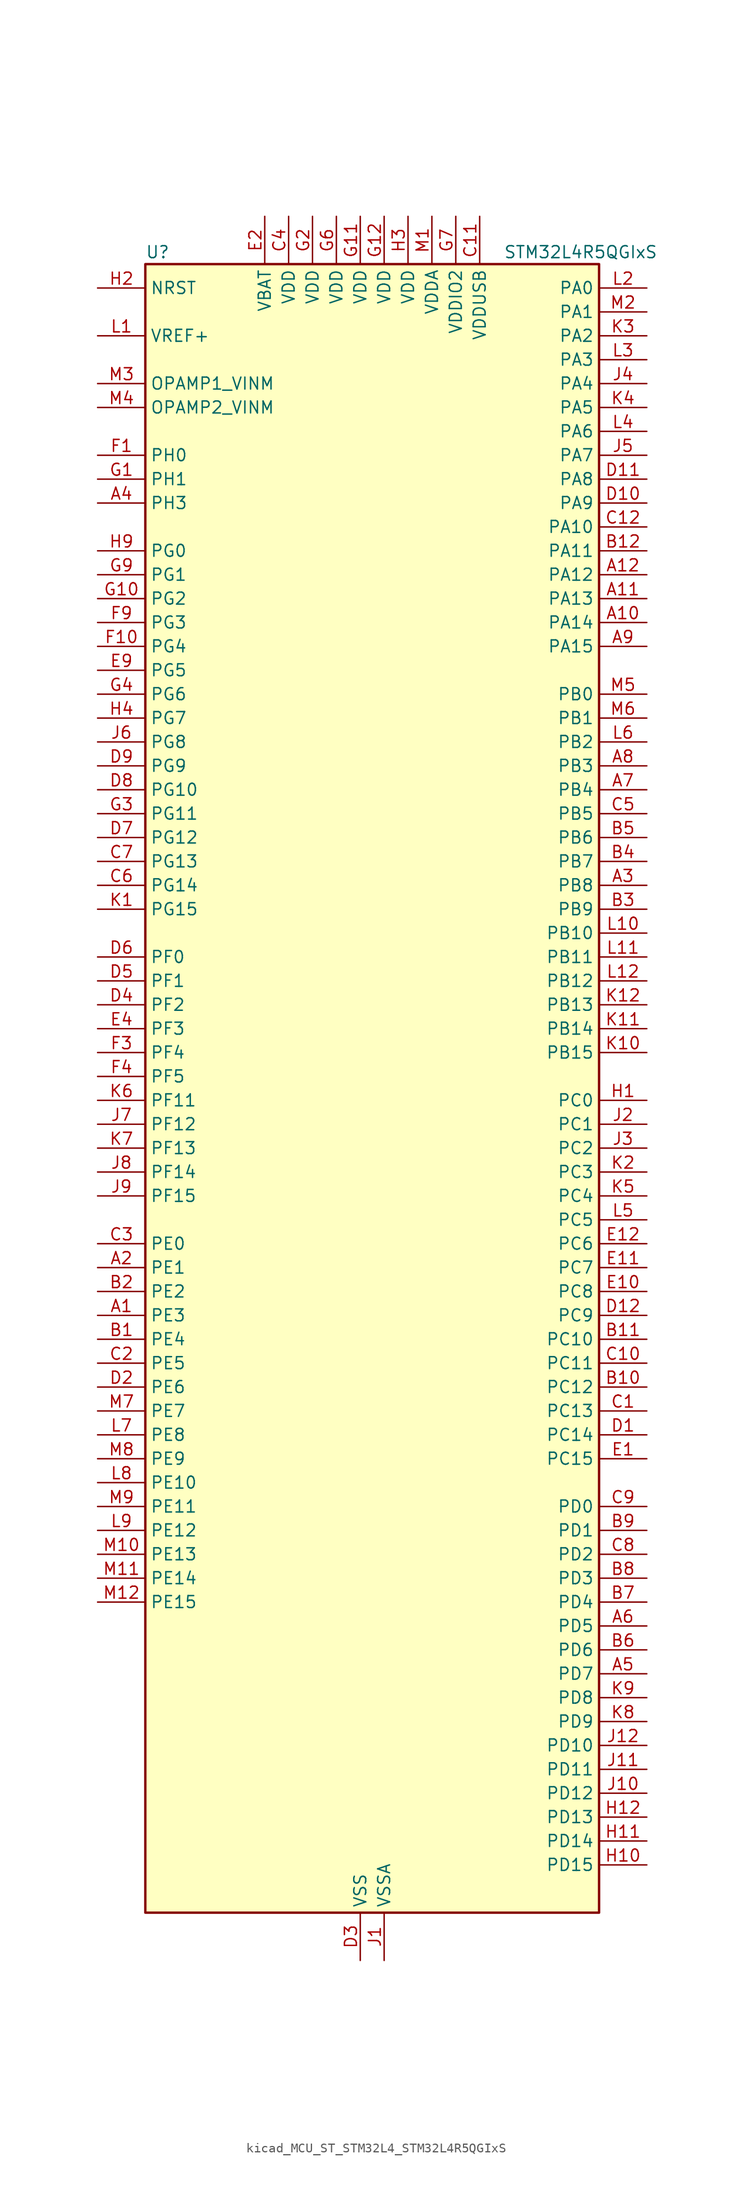
<source format=kicad_sym>
(kicad_symbol_lib
  (version 20220914)
  (generator kicad_symbol_editor)
  (symbol "kicad_MCU_ST_STM32L4_STM32L4R5QGIxS"
    (property "Reference" "U"
      (at -22.86 90.17 0)
      (effects (font (size 1.27 1.27)) (justify left)))
    (property "Value" "STM32L4R5QGIxS"
      (at 15.24 90.17 0)
      (effects (font (size 1.27 1.27)) (justify left)))
    (property "ki_locked" ""
      (at 0 0 0)
      (effects (font (size 1.27 1.27))))
    (symbol "kicad_MCU_ST_STM32L4_STM32L4R5QGIxS_0_1"
      (rectangle (start -22.86 -86.36) (end 25.4 88.9) (stroke (width 0.254) (type default)) (fill (type background))))
    (symbol "kicad_MCU_ST_STM32L4_STM32L4R5QGIxS_1_1"
      (pin bidirectional line (at -27.94 -22.86 0) (length 5.08) (name "PE3" (effects (font (size 1.27 1.27)))) (number "A1" (effects (font (size 1.27 1.27)))) (alternate "FMC_A19" bidirectional line) (alternate "OCTOSPIM_P1_DQS" bidirectional line) (alternate "SAI1_SD_B" bidirectional line) (alternate "SYS_TRACED0" bidirectional line) (alternate "TIM3_CH1" bidirectional line) (alternate "TSC_G7_IO2" bidirectional line))
      (pin bidirectional line (at 30.48 50.8 180) (length 5.08) (name "PA14" (effects (font (size 1.27 1.27)))) (number "A10" (effects (font (size 1.27 1.27)))) (alternate "I2C1_SMBA" bidirectional line) (alternate "I2C4_SMBA" bidirectional line) (alternate "LPTIM1_OUT" bidirectional line) (alternate "SAI1_FS_B" bidirectional line) (alternate "SYS_JTCK-SWCLK" bidirectional line) (alternate "USB_OTG_FS_SOF" bidirectional line))
      (pin bidirectional line (at 30.48 53.34 180) (length 5.08) (name "PA13" (effects (font (size 1.27 1.27)))) (number "A11" (effects (font (size 1.27 1.27)))) (alternate "IR_OUT" bidirectional line) (alternate "SAI1_SD_B" bidirectional line) (alternate "SYS_JTMS-SWDIO" bidirectional line) (alternate "USB_OTG_FS_NOE" bidirectional line))
      (pin bidirectional line (at 30.48 55.88 180) (length 5.08) (name "PA12" (effects (font (size 1.27 1.27)))) (number "A12" (effects (font (size 1.27 1.27)))) (alternate "CAN1_TX" bidirectional line) (alternate "SPI1_MOSI" bidirectional line) (alternate "TIM1_ETR" bidirectional line) (alternate "USART1_DE" bidirectional line) (alternate "USART1_RTS" bidirectional line) (alternate "USB_OTG_FS_DP" bidirectional line))
      (pin bidirectional line (at -27.94 -17.78 0) (length 5.08) (name "PE1" (effects (font (size 1.27 1.27)))) (number "A2" (effects (font (size 1.27 1.27)))) (alternate "DCMI_D3" bidirectional line) (alternate "FMC_NBL1" bidirectional line) (alternate "TIM17_CH1" bidirectional line))
      (pin bidirectional line (at 30.48 22.86 180) (length 5.08) (name "PB8" (effects (font (size 1.27 1.27)))) (number "A3" (effects (font (size 1.27 1.27)))) (alternate "CAN1_RX" bidirectional line) (alternate "DCMI_D6" bidirectional line) (alternate "DFSDM1_CKOUT" bidirectional line) (alternate "DFSDM1_DATIN6" bidirectional line) (alternate "I2C1_SCL" bidirectional line) (alternate "SAI1_CK1" bidirectional line) (alternate "SAI1_MCLK_A" bidirectional line) (alternate "SDMMC1_CKIN" bidirectional line) (alternate "SDMMC1_D4" bidirectional line) (alternate "TIM16_CH1" bidirectional line) (alternate "TIM4_CH3" bidirectional line))
      (pin bidirectional line (at -27.94 63.5 0) (length 5.08) (name "PH3" (effects (font (size 1.27 1.27)))) (number "A4" (effects (font (size 1.27 1.27)))))
      (pin bidirectional line (at 30.48 -60.96 180) (length 5.08) (name "PD7" (effects (font (size 1.27 1.27)))) (number "A5" (effects (font (size 1.27 1.27)))) (alternate "DFSDM1_CKIN1" bidirectional line) (alternate "FMC_NCE" bidirectional line) (alternate "FMC_NE1" bidirectional line) (alternate "OCTOSPIM_P1_IO7" bidirectional line) (alternate "USART2_CK" bidirectional line))
      (pin bidirectional line (at 30.48 -55.88 180) (length 5.08) (name "PD5" (effects (font (size 1.27 1.27)))) (number "A6" (effects (font (size 1.27 1.27)))) (alternate "FMC_NWE" bidirectional line) (alternate "OCTOSPIM_P1_IO5" bidirectional line) (alternate "USART2_TX" bidirectional line))
      (pin bidirectional line (at 30.48 33.02 180) (length 5.08) (name "PB4" (effects (font (size 1.27 1.27)))) (number "A7" (effects (font (size 1.27 1.27)))) (alternate "COMP2_INP" bidirectional line) (alternate "DCMI_D12" bidirectional line) (alternate "I2C3_SDA" bidirectional line) (alternate "SAI1_MCLK_B" bidirectional line) (alternate "SPI1_MISO" bidirectional line) (alternate "SPI3_MISO" bidirectional line) (alternate "SYS_JTRST" bidirectional line) (alternate "TIM17_BKIN" bidirectional line) (alternate "TIM3_CH1" bidirectional line) (alternate "TSC_G2_IO1" bidirectional line) (alternate "UART5_DE" bidirectional line) (alternate "UART5_RTS" bidirectional line) (alternate "USART1_CTS" bidirectional line) (alternate "USART1_NSS" bidirectional line))
      (pin bidirectional line (at 30.48 35.56 180) (length 5.08) (name "PB3" (effects (font (size 1.27 1.27)))) (number "A8" (effects (font (size 1.27 1.27)))) (alternate "COMP2_INM" bidirectional line) (alternate "CRS_SYNC" bidirectional line) (alternate "SAI1_SCK_B" bidirectional line) (alternate "SPI1_SCK" bidirectional line) (alternate "SPI3_SCK" bidirectional line) (alternate "SYS_JTDO-SWO" bidirectional line) (alternate "TIM2_CH2" bidirectional line) (alternate "USART1_DE" bidirectional line) (alternate "USART1_RTS" bidirectional line))
      (pin bidirectional line (at 30.48 48.26 180) (length 5.08) (name "PA15" (effects (font (size 1.27 1.27)))) (number "A9" (effects (font (size 1.27 1.27)))) (alternate "ADC1_EXTI15" bidirectional line) (alternate "SAI2_FS_B" bidirectional line) (alternate "SPI1_NSS" bidirectional line) (alternate "SPI3_NSS" bidirectional line) (alternate "SYS_JTDI" bidirectional line) (alternate "TIM2_CH1" bidirectional line) (alternate "TIM2_ETR" bidirectional line) (alternate "TSC_G3_IO1" bidirectional line) (alternate "UART4_DE" bidirectional line) (alternate "UART4_RTS" bidirectional line) (alternate "USART2_RX" bidirectional line) (alternate "USART3_DE" bidirectional line) (alternate "USART3_RTS" bidirectional line))
      (pin bidirectional line (at -27.94 -25.4 0) (length 5.08) (name "PE4" (effects (font (size 1.27 1.27)))) (number "B1" (effects (font (size 1.27 1.27)))) (alternate "DCMI_D4" bidirectional line) (alternate "DFSDM1_DATIN3" bidirectional line) (alternate "FMC_A20" bidirectional line) (alternate "SAI1_D2" bidirectional line) (alternate "SAI1_FS_A" bidirectional line) (alternate "SYS_TRACED1" bidirectional line) (alternate "TIM3_CH2" bidirectional line) (alternate "TSC_G7_IO3" bidirectional line))
      (pin bidirectional line (at 30.48 -30.48 180) (length 5.08) (name "PC12" (effects (font (size 1.27 1.27)))) (number "B10" (effects (font (size 1.27 1.27)))) (alternate "DCMI_D9" bidirectional line) (alternate "SAI2_SD_B" bidirectional line) (alternate "SDMMC1_CK" bidirectional line) (alternate "SPI3_MOSI" bidirectional line) (alternate "SYS_TRACED3" bidirectional line) (alternate "TSC_G3_IO4" bidirectional line) (alternate "UART5_TX" bidirectional line) (alternate "USART3_CK" bidirectional line))
      (pin bidirectional line (at 30.48 -25.4 180) (length 5.08) (name "PC10" (effects (font (size 1.27 1.27)))) (number "B11" (effects (font (size 1.27 1.27)))) (alternate "DCMI_D8" bidirectional line) (alternate "SAI2_SCK_B" bidirectional line) (alternate "SDMMC1_D2" bidirectional line) (alternate "SPI3_SCK" bidirectional line) (alternate "SYS_TRACED1" bidirectional line) (alternate "TSC_G3_IO2" bidirectional line) (alternate "UART4_TX" bidirectional line) (alternate "USART3_TX" bidirectional line))
      (pin bidirectional line (at 30.48 58.42 180) (length 5.08) (name "PA11" (effects (font (size 1.27 1.27)))) (number "B12" (effects (font (size 1.27 1.27)))) (alternate "ADC1_EXTI11" bidirectional line) (alternate "CAN1_RX" bidirectional line) (alternate "SPI1_MISO" bidirectional line) (alternate "TIM1_BKIN2" bidirectional line) (alternate "TIM1_CH4" bidirectional line) (alternate "USART1_CTS" bidirectional line) (alternate "USART1_NSS" bidirectional line) (alternate "USB_OTG_FS_DM" bidirectional line))
      (pin bidirectional line (at -27.94 -20.32 0) (length 5.08) (name "PE2" (effects (font (size 1.27 1.27)))) (number "B2" (effects (font (size 1.27 1.27)))) (alternate "FMC_A23" bidirectional line) (alternate "SAI1_CK1" bidirectional line) (alternate "SAI1_MCLK_A" bidirectional line) (alternate "SYS_TRACECLK" bidirectional line) (alternate "TIM3_ETR" bidirectional line) (alternate "TSC_G7_IO1" bidirectional line))
      (pin bidirectional line (at 30.48 20.32 180) (length 5.08) (name "PB9" (effects (font (size 1.27 1.27)))) (number "B3" (effects (font (size 1.27 1.27)))) (alternate "CAN1_TX" bidirectional line) (alternate "DAC1_EXTI9" bidirectional line) (alternate "DCMI_D7" bidirectional line) (alternate "DFSDM1_CKIN6" bidirectional line) (alternate "I2C1_SDA" bidirectional line) (alternate "IR_OUT" bidirectional line) (alternate "SAI1_D2" bidirectional line) (alternate "SAI1_FS_A" bidirectional line) (alternate "SDMMC1_CDIR" bidirectional line) (alternate "SDMMC1_D5" bidirectional line) (alternate "SPI2_NSS" bidirectional line) (alternate "TIM17_CH1" bidirectional line) (alternate "TIM4_CH4" bidirectional line))
      (pin bidirectional line (at 30.48 25.4 180) (length 5.08) (name "PB7" (effects (font (size 1.27 1.27)))) (number "B4" (effects (font (size 1.27 1.27)))) (alternate "COMP2_INM" bidirectional line) (alternate "DCMI_VSYNC" bidirectional line) (alternate "DFSDM1_CKIN5" bidirectional line) (alternate "FMC_NL" bidirectional line) (alternate "I2C1_SDA" bidirectional line) (alternate "I2C4_SDA" bidirectional line) (alternate "LPTIM1_IN2" bidirectional line) (alternate "SYS_PVD_IN" bidirectional line) (alternate "TIM17_CH1N" bidirectional line) (alternate "TIM4_CH2" bidirectional line) (alternate "TIM8_BKIN" bidirectional line) (alternate "TSC_G2_IO4" bidirectional line) (alternate "UART4_CTS" bidirectional line) (alternate "USART1_RX" bidirectional line))
      (pin bidirectional line (at 30.48 27.94 180) (length 5.08) (name "PB6" (effects (font (size 1.27 1.27)))) (number "B5" (effects (font (size 1.27 1.27)))) (alternate "COMP2_INP" bidirectional line) (alternate "DCMI_D5" bidirectional line) (alternate "DFSDM1_DATIN5" bidirectional line) (alternate "I2C1_SCL" bidirectional line) (alternate "I2C4_SCL" bidirectional line) (alternate "LPTIM1_ETR" bidirectional line) (alternate "SAI1_FS_B" bidirectional line) (alternate "TIM16_CH1N" bidirectional line) (alternate "TIM4_CH1" bidirectional line) (alternate "TIM8_BKIN2" bidirectional line) (alternate "TSC_G2_IO3" bidirectional line) (alternate "USART1_TX" bidirectional line))
      (pin bidirectional line (at 30.48 -58.42 180) (length 5.08) (name "PD6" (effects (font (size 1.27 1.27)))) (number "B6" (effects (font (size 1.27 1.27)))) (alternate "DCMI_D10" bidirectional line) (alternate "DFSDM1_DATIN1" bidirectional line) (alternate "FMC_NWAIT" bidirectional line) (alternate "OCTOSPIM_P1_IO6" bidirectional line) (alternate "SAI1_D1" bidirectional line) (alternate "SAI1_SD_A" bidirectional line) (alternate "SPI3_MOSI" bidirectional line) (alternate "USART2_RX" bidirectional line))
      (pin bidirectional line (at 30.48 -53.34 180) (length 5.08) (name "PD4" (effects (font (size 1.27 1.27)))) (number "B7" (effects (font (size 1.27 1.27)))) (alternate "DFSDM1_CKIN0" bidirectional line) (alternate "FMC_NOE" bidirectional line) (alternate "OCTOSPIM_P1_IO4" bidirectional line) (alternate "SPI2_MOSI" bidirectional line) (alternate "USART2_DE" bidirectional line) (alternate "USART2_RTS" bidirectional line))
      (pin bidirectional line (at 30.48 -50.8 180) (length 5.08) (name "PD3" (effects (font (size 1.27 1.27)))) (number "B8" (effects (font (size 1.27 1.27)))) (alternate "DCMI_D5" bidirectional line) (alternate "DFSDM1_DATIN0" bidirectional line) (alternate "FMC_CLK" bidirectional line) (alternate "OCTOSPIM_P2_NCS" bidirectional line) (alternate "SPI2_MISO" bidirectional line) (alternate "SPI2_SCK" bidirectional line) (alternate "USART2_CTS" bidirectional line) (alternate "USART2_NSS" bidirectional line))
      (pin bidirectional line (at 30.48 -45.72 180) (length 5.08) (name "PD1" (effects (font (size 1.27 1.27)))) (number "B9" (effects (font (size 1.27 1.27)))) (alternate "CAN1_TX" bidirectional line) (alternate "DFSDM1_CKIN7" bidirectional line) (alternate "FMC_D3" bidirectional line) (alternate "FMC_DA3" bidirectional line) (alternate "SPI2_SCK" bidirectional line))
      (pin bidirectional line (at 30.48 -33.02 180) (length 5.08) (name "PC13" (effects (font (size 1.27 1.27)))) (number "C1" (effects (font (size 1.27 1.27)))) (alternate "RTC_OUT_ALARM" bidirectional line) (alternate "RTC_OUT_CALIB" bidirectional line) (alternate "RTC_TAMP1" bidirectional line) (alternate "RTC_TS" bidirectional line) (alternate "SYS_WKUP2" bidirectional line))
      (pin bidirectional line (at 30.48 -27.94 180) (length 5.08) (name "PC11" (effects (font (size 1.27 1.27)))) (number "C10" (effects (font (size 1.27 1.27)))) (alternate "ADC1_EXTI11" bidirectional line) (alternate "DCMI_D2" bidirectional line) (alternate "DCMI_D4" bidirectional line) (alternate "OCTOSPIM_P1_NCS" bidirectional line) (alternate "SAI2_MCLK_B" bidirectional line) (alternate "SDMMC1_D3" bidirectional line) (alternate "SPI3_MISO" bidirectional line) (alternate "TSC_G3_IO3" bidirectional line) (alternate "UART4_RX" bidirectional line) (alternate "USART3_RX" bidirectional line))
      (pin power_in line (at 12.7 93.98 270) (length 5.08) (name "VDDUSB" (effects (font (size 1.27 1.27)))) (number "C11" (effects (font (size 1.27 1.27)))))
      (pin bidirectional line (at 30.48 60.96 180) (length 5.08) (name "PA10" (effects (font (size 1.27 1.27)))) (number "C12" (effects (font (size 1.27 1.27)))) (alternate "DCMI_D1" bidirectional line) (alternate "SAI1_D1" bidirectional line) (alternate "SAI1_SD_A" bidirectional line) (alternate "TIM17_BKIN" bidirectional line) (alternate "TIM1_CH3" bidirectional line) (alternate "USART1_RX" bidirectional line) (alternate "USB_OTG_FS_ID" bidirectional line))
      (pin bidirectional line (at -27.94 -27.94 0) (length 5.08) (name "PE5" (effects (font (size 1.27 1.27)))) (number "C2" (effects (font (size 1.27 1.27)))) (alternate "DCMI_D6" bidirectional line) (alternate "DFSDM1_CKIN3" bidirectional line) (alternate "FMC_A21" bidirectional line) (alternate "SAI1_CK2" bidirectional line) (alternate "SAI1_SCK_A" bidirectional line) (alternate "SYS_TRACED2" bidirectional line) (alternate "TIM3_CH3" bidirectional line) (alternate "TSC_G7_IO4" bidirectional line))
      (pin bidirectional line (at -27.94 -15.24 0) (length 5.08) (name "PE0" (effects (font (size 1.27 1.27)))) (number "C3" (effects (font (size 1.27 1.27)))) (alternate "DCMI_D2" bidirectional line) (alternate "FMC_NBL0" bidirectional line) (alternate "TIM16_CH1" bidirectional line) (alternate "TIM4_ETR" bidirectional line))
      (pin power_in line (at -7.62 93.98 270) (length 5.08) (name "VDD" (effects (font (size 1.27 1.27)))) (number "C4" (effects (font (size 1.27 1.27)))))
      (pin bidirectional line (at 30.48 30.48 180) (length 5.08) (name "PB5" (effects (font (size 1.27 1.27)))) (number "C5" (effects (font (size 1.27 1.27)))) (alternate "COMP2_OUT" bidirectional line) (alternate "DCMI_D10" bidirectional line) (alternate "I2C1_SMBA" bidirectional line) (alternate "LPTIM1_IN1" bidirectional line) (alternate "SAI1_SD_B" bidirectional line) (alternate "SPI1_MOSI" bidirectional line) (alternate "SPI3_MOSI" bidirectional line) (alternate "TIM16_BKIN" bidirectional line) (alternate "TIM3_CH2" bidirectional line) (alternate "TSC_G2_IO2" bidirectional line) (alternate "UART5_CTS" bidirectional line) (alternate "USART1_CK" bidirectional line))
      (pin bidirectional line (at -27.94 22.86 0) (length 5.08) (name "PG14" (effects (font (size 1.27 1.27)))) (number "C6" (effects (font (size 1.27 1.27)))) (alternate "FMC_A25" bidirectional line) (alternate "I2C1_SCL" bidirectional line))
      (pin bidirectional line (at -27.94 25.4 0) (length 5.08) (name "PG13" (effects (font (size 1.27 1.27)))) (number "C7" (effects (font (size 1.27 1.27)))) (alternate "FMC_A24" bidirectional line) (alternate "I2C1_SDA" bidirectional line) (alternate "USART1_CK" bidirectional line))
      (pin bidirectional line (at 30.48 -48.26 180) (length 5.08) (name "PD2" (effects (font (size 1.27 1.27)))) (number "C8" (effects (font (size 1.27 1.27)))) (alternate "DCMI_D11" bidirectional line) (alternate "SDMMC1_CMD" bidirectional line) (alternate "SYS_TRACED2" bidirectional line) (alternate "TIM3_ETR" bidirectional line) (alternate "TSC_SYNC" bidirectional line) (alternate "UART5_RX" bidirectional line) (alternate "USART3_DE" bidirectional line) (alternate "USART3_RTS" bidirectional line))
      (pin bidirectional line (at 30.48 -43.18 180) (length 5.08) (name "PD0" (effects (font (size 1.27 1.27)))) (number "C9" (effects (font (size 1.27 1.27)))) (alternate "CAN1_RX" bidirectional line) (alternate "DFSDM1_DATIN7" bidirectional line) (alternate "FMC_D2" bidirectional line) (alternate "FMC_DA2" bidirectional line) (alternate "SPI2_NSS" bidirectional line))
      (pin bidirectional line (at 30.48 -35.56 180) (length 5.08) (name "PC14" (effects (font (size 1.27 1.27)))) (number "D1" (effects (font (size 1.27 1.27)))) (alternate "RCC_OSC32_IN" bidirectional line))
      (pin bidirectional line (at 30.48 63.5 180) (length 5.08) (name "PA9" (effects (font (size 1.27 1.27)))) (number "D10" (effects (font (size 1.27 1.27)))) (alternate "DAC1_EXTI9" bidirectional line) (alternate "DCMI_D0" bidirectional line) (alternate "SAI1_FS_A" bidirectional line) (alternate "SPI2_SCK" bidirectional line) (alternate "TIM15_BKIN" bidirectional line) (alternate "TIM1_CH2" bidirectional line) (alternate "USART1_TX" bidirectional line) (alternate "USB_OTG_FS_VBUS" bidirectional line))
      (pin bidirectional line (at 30.48 66.04 180) (length 5.08) (name "PA8" (effects (font (size 1.27 1.27)))) (number "D11" (effects (font (size 1.27 1.27)))) (alternate "LPTIM2_OUT" bidirectional line) (alternate "RCC_MCO" bidirectional line) (alternate "SAI1_CK2" bidirectional line) (alternate "SAI1_SCK_A" bidirectional line) (alternate "TIM1_CH1" bidirectional line) (alternate "USART1_CK" bidirectional line) (alternate "USB_OTG_FS_SOF" bidirectional line))
      (pin bidirectional line (at 30.48 -22.86 180) (length 5.08) (name "PC9" (effects (font (size 1.27 1.27)))) (number "D12" (effects (font (size 1.27 1.27)))) (alternate "DAC1_EXTI9" bidirectional line) (alternate "DCMI_D3" bidirectional line) (alternate "I2C3_SDA" bidirectional line) (alternate "SAI2_EXTCLK" bidirectional line) (alternate "SDMMC1_D1" bidirectional line) (alternate "SYS_TRACED0" bidirectional line) (alternate "TIM3_CH4" bidirectional line) (alternate "TIM8_BKIN2" bidirectional line) (alternate "TIM8_CH4" bidirectional line) (alternate "TSC_G4_IO4" bidirectional line) (alternate "USB_OTG_FS_NOE" bidirectional line))
      (pin bidirectional line (at -27.94 -30.48 0) (length 5.08) (name "PE6" (effects (font (size 1.27 1.27)))) (number "D2" (effects (font (size 1.27 1.27)))) (alternate "DCMI_D7" bidirectional line) (alternate "FMC_A22" bidirectional line) (alternate "RTC_TAMP3" bidirectional line) (alternate "SAI1_D1" bidirectional line) (alternate "SAI1_SD_A" bidirectional line) (alternate "SYS_TRACED3" bidirectional line) (alternate "SYS_WKUP3" bidirectional line) (alternate "TIM3_CH4" bidirectional line))
      (pin power_in line (at 0 -91.44 90) (length 5.08) (name "VSS" (effects (font (size 1.27 1.27)))) (number "D3" (effects (font (size 1.27 1.27)))))
      (pin bidirectional line (at -27.94 10.16 0) (length 5.08) (name "PF2" (effects (font (size 1.27 1.27)))) (number "D4" (effects (font (size 1.27 1.27)))) (alternate "FMC_A2" bidirectional line) (alternate "I2C2_SMBA" bidirectional line) (alternate "OCTOSPIM_P2_IO2" bidirectional line))
      (pin bidirectional line (at -27.94 12.7 0) (length 5.08) (name "PF1" (effects (font (size 1.27 1.27)))) (number "D5" (effects (font (size 1.27 1.27)))) (alternate "FMC_A1" bidirectional line) (alternate "I2C2_SCL" bidirectional line) (alternate "OCTOSPIM_P2_IO1" bidirectional line))
      (pin bidirectional line (at -27.94 15.24 0) (length 5.08) (name "PF0" (effects (font (size 1.27 1.27)))) (number "D6" (effects (font (size 1.27 1.27)))) (alternate "FMC_A0" bidirectional line) (alternate "I2C2_SDA" bidirectional line) (alternate "OCTOSPIM_P2_IO0" bidirectional line))
      (pin bidirectional line (at -27.94 27.94 0) (length 5.08) (name "PG12" (effects (font (size 1.27 1.27)))) (number "D7" (effects (font (size 1.27 1.27)))) (alternate "FMC_NE4" bidirectional line) (alternate "LPTIM1_ETR" bidirectional line) (alternate "OCTOSPIM_P2_NCS" bidirectional line) (alternate "SAI2_SD_A" bidirectional line) (alternate "SPI3_NSS" bidirectional line) (alternate "USART1_DE" bidirectional line) (alternate "USART1_RTS" bidirectional line))
      (pin bidirectional line (at -27.94 33.02 0) (length 5.08) (name "PG10" (effects (font (size 1.27 1.27)))) (number "D8" (effects (font (size 1.27 1.27)))) (alternate "FMC_NE3" bidirectional line) (alternate "LPTIM1_IN1" bidirectional line) (alternate "OCTOSPIM_P2_IO7" bidirectional line) (alternate "SAI2_FS_A" bidirectional line) (alternate "SPI3_MISO" bidirectional line) (alternate "TIM15_CH1" bidirectional line) (alternate "USART1_RX" bidirectional line))
      (pin bidirectional line (at -27.94 35.56 0) (length 5.08) (name "PG9" (effects (font (size 1.27 1.27)))) (number "D9" (effects (font (size 1.27 1.27)))) (alternate "DAC1_EXTI9" bidirectional line) (alternate "FMC_NCE" bidirectional line) (alternate "FMC_NE2" bidirectional line) (alternate "OCTOSPIM_P2_IO6" bidirectional line) (alternate "SAI2_SCK_A" bidirectional line) (alternate "SPI3_SCK" bidirectional line) (alternate "TIM15_CH1N" bidirectional line) (alternate "USART1_TX" bidirectional line))
      (pin bidirectional line (at 30.48 -38.1 180) (length 5.08) (name "PC15" (effects (font (size 1.27 1.27)))) (number "E1" (effects (font (size 1.27 1.27)))) (alternate "ADC1_EXTI15" bidirectional line) (alternate "RCC_OSC32_OUT" bidirectional line))
      (pin bidirectional line (at 30.48 -20.32 180) (length 5.08) (name "PC8" (effects (font (size 1.27 1.27)))) (number "E10" (effects (font (size 1.27 1.27)))) (alternate "DCMI_D2" bidirectional line) (alternate "SDMMC1_D0" bidirectional line) (alternate "TIM3_CH3" bidirectional line) (alternate "TIM8_CH3" bidirectional line) (alternate "TSC_G4_IO3" bidirectional line))
      (pin bidirectional line (at 30.48 -17.78 180) (length 5.08) (name "PC7" (effects (font (size 1.27 1.27)))) (number "E11" (effects (font (size 1.27 1.27)))) (alternate "DCMI_D1" bidirectional line) (alternate "DFSDM1_DATIN3" bidirectional line) (alternate "SAI2_MCLK_B" bidirectional line) (alternate "SDMMC1_D123DIR" bidirectional line) (alternate "SDMMC1_D7" bidirectional line) (alternate "TIM3_CH2" bidirectional line) (alternate "TIM8_CH2" bidirectional line) (alternate "TSC_G4_IO2" bidirectional line))
      (pin bidirectional line (at 30.48 -15.24 180) (length 5.08) (name "PC6" (effects (font (size 1.27 1.27)))) (number "E12" (effects (font (size 1.27 1.27)))) (alternate "DCMI_D0" bidirectional line) (alternate "DFSDM1_CKIN3" bidirectional line) (alternate "SAI2_MCLK_A" bidirectional line) (alternate "SDMMC1_D0DIR" bidirectional line) (alternate "SDMMC1_D6" bidirectional line) (alternate "TIM3_CH1" bidirectional line) (alternate "TIM8_CH1" bidirectional line) (alternate "TSC_G4_IO1" bidirectional line))
      (pin power_in line (at -10.16 93.98 270) (length 5.08) (name "VBAT" (effects (font (size 1.27 1.27)))) (number "E2" (effects (font (size 1.27 1.27)))))
      (pin passive line (at 0 -91.44 90) (length 5.08) hide (name "VSS" (effects (font (size 1.27 1.27)))) (number "E3" (effects (font (size 1.27 1.27)))))
      (pin bidirectional line (at -27.94 7.62 0) (length 5.08) (name "PF3" (effects (font (size 1.27 1.27)))) (number "E4" (effects (font (size 1.27 1.27)))) (alternate "FMC_A3" bidirectional line) (alternate "OCTOSPIM_P2_IO3" bidirectional line))
      (pin bidirectional line (at -27.94 45.72 0) (length 5.08) (name "PG5" (effects (font (size 1.27 1.27)))) (number "E9" (effects (font (size 1.27 1.27)))) (alternate "FMC_A15" bidirectional line) (alternate "LPUART1_CTS" bidirectional line) (alternate "SAI2_SD_B" bidirectional line) (alternate "SPI1_NSS" bidirectional line))
      (pin bidirectional line (at -27.94 68.58 0) (length 5.08) (name "PH0" (effects (font (size 1.27 1.27)))) (number "F1" (effects (font (size 1.27 1.27)))) (alternate "RCC_OSC_IN" bidirectional line))
      (pin bidirectional line (at -27.94 48.26 0) (length 5.08) (name "PG4" (effects (font (size 1.27 1.27)))) (number "F10" (effects (font (size 1.27 1.27)))) (alternate "FMC_A14" bidirectional line) (alternate "SAI2_MCLK_B" bidirectional line) (alternate "SPI1_MOSI" bidirectional line))
      (pin passive line (at 0 -91.44 90) (length 5.08) hide (name "VSS" (effects (font (size 1.27 1.27)))) (number "F11" (effects (font (size 1.27 1.27)))))
      (pin passive line (at 0 -91.44 90) (length 5.08) hide (name "VSS" (effects (font (size 1.27 1.27)))) (number "F12" (effects (font (size 1.27 1.27)))))
      (pin passive line (at 0 -91.44 90) (length 5.08) hide (name "VSS" (effects (font (size 1.27 1.27)))) (number "F2" (effects (font (size 1.27 1.27)))))
      (pin bidirectional line (at -27.94 5.08 0) (length 5.08) (name "PF4" (effects (font (size 1.27 1.27)))) (number "F3" (effects (font (size 1.27 1.27)))) (alternate "FMC_A4" bidirectional line) (alternate "OCTOSPIM_P2_CLK" bidirectional line))
      (pin bidirectional line (at -27.94 2.54 0) (length 5.08) (name "PF5" (effects (font (size 1.27 1.27)))) (number "F4" (effects (font (size 1.27 1.27)))) (alternate "FMC_A5" bidirectional line))
      (pin passive line (at 0 -91.44 90) (length 5.08) hide (name "VSS" (effects (font (size 1.27 1.27)))) (number "F6" (effects (font (size 1.27 1.27)))))
      (pin passive line (at 0 -91.44 90) (length 5.08) hide (name "VSS" (effects (font (size 1.27 1.27)))) (number "F7" (effects (font (size 1.27 1.27)))))
      (pin bidirectional line (at -27.94 50.8 0) (length 5.08) (name "PG3" (effects (font (size 1.27 1.27)))) (number "F9" (effects (font (size 1.27 1.27)))) (alternate "FMC_A13" bidirectional line) (alternate "SAI2_FS_B" bidirectional line) (alternate "SPI1_MISO" bidirectional line))
      (pin bidirectional line (at -27.94 66.04 0) (length 5.08) (name "PH1" (effects (font (size 1.27 1.27)))) (number "G1" (effects (font (size 1.27 1.27)))) (alternate "RCC_OSC_OUT" bidirectional line))
      (pin bidirectional line (at -27.94 53.34 0) (length 5.08) (name "PG2" (effects (font (size 1.27 1.27)))) (number "G10" (effects (font (size 1.27 1.27)))) (alternate "FMC_A12" bidirectional line) (alternate "SAI2_SCK_B" bidirectional line) (alternate "SPI1_SCK" bidirectional line))
      (pin power_in line (at 0 93.98 270) (length 5.08) (name "VDD" (effects (font (size 1.27 1.27)))) (number "G11" (effects (font (size 1.27 1.27)))))
      (pin power_in line (at 2.54 93.98 270) (length 5.08) (name "VDD" (effects (font (size 1.27 1.27)))) (number "G12" (effects (font (size 1.27 1.27)))))
      (pin power_in line (at -5.08 93.98 270) (length 5.08) (name "VDD" (effects (font (size 1.27 1.27)))) (number "G2" (effects (font (size 1.27 1.27)))))
      (pin bidirectional line (at -27.94 30.48 0) (length 5.08) (name "PG11" (effects (font (size 1.27 1.27)))) (number "G3" (effects (font (size 1.27 1.27)))) (alternate "ADC1_EXTI11" bidirectional line) (alternate "LPTIM1_IN2" bidirectional line) (alternate "OCTOSPIM_P1_IO5" bidirectional line) (alternate "SAI2_MCLK_A" bidirectional line) (alternate "SPI3_MOSI" bidirectional line) (alternate "TIM15_CH2" bidirectional line) (alternate "USART1_CTS" bidirectional line) (alternate "USART1_NSS" bidirectional line))
      (pin bidirectional line (at -27.94 43.18 0) (length 5.08) (name "PG6" (effects (font (size 1.27 1.27)))) (number "G4" (effects (font (size 1.27 1.27)))) (alternate "I2C3_SMBA" bidirectional line) (alternate "LPUART1_DE" bidirectional line) (alternate "LPUART1_RTS" bidirectional line) (alternate "OCTOSPIM_P1_DQS" bidirectional line))
      (pin power_in line (at -2.54 93.98 270) (length 5.08) (name "VDD" (effects (font (size 1.27 1.27)))) (number "G6" (effects (font (size 1.27 1.27)))))
      (pin power_in line (at 10.16 93.98 270) (length 5.08) (name "VDDIO2" (effects (font (size 1.27 1.27)))) (number "G7" (effects (font (size 1.27 1.27)))))
      (pin bidirectional line (at -27.94 55.88 0) (length 5.08) (name "PG1" (effects (font (size 1.27 1.27)))) (number "G9" (effects (font (size 1.27 1.27)))) (alternate "FMC_A11" bidirectional line) (alternate "OCTOSPIM_P2_IO5" bidirectional line) (alternate "TSC_G8_IO4" bidirectional line))
      (pin bidirectional line (at 30.48 0 180) (length 5.08) (name "PC0" (effects (font (size 1.27 1.27)))) (number "H1" (effects (font (size 1.27 1.27)))) (alternate "ADC1_IN1" bidirectional line) (alternate "DFSDM1_DATIN4" bidirectional line) (alternate "I2C3_SCL" bidirectional line) (alternate "LPTIM1_IN1" bidirectional line) (alternate "LPTIM2_IN1" bidirectional line) (alternate "LPUART1_RX" bidirectional line) (alternate "SAI2_FS_A" bidirectional line))
      (pin bidirectional line (at 30.48 -81.28 180) (length 5.08) (name "PD15" (effects (font (size 1.27 1.27)))) (number "H10" (effects (font (size 1.27 1.27)))) (alternate "ADC1_EXTI15" bidirectional line) (alternate "FMC_D1" bidirectional line) (alternate "FMC_DA1" bidirectional line) (alternate "TIM4_CH4" bidirectional line))
      (pin bidirectional line (at 30.48 -78.74 180) (length 5.08) (name "PD14" (effects (font (size 1.27 1.27)))) (number "H11" (effects (font (size 1.27 1.27)))) (alternate "FMC_D0" bidirectional line) (alternate "FMC_DA0" bidirectional line) (alternate "TIM4_CH3" bidirectional line))
      (pin bidirectional line (at 30.48 -76.2 180) (length 5.08) (name "PD13" (effects (font (size 1.27 1.27)))) (number "H12" (effects (font (size 1.27 1.27)))) (alternate "FMC_A18" bidirectional line) (alternate "I2C4_SDA" bidirectional line) (alternate "LPTIM2_OUT" bidirectional line) (alternate "TIM4_CH2" bidirectional line) (alternate "TSC_G6_IO4" bidirectional line))
      (pin input line (at -27.94 86.36 0) (length 5.08) (name "NRST" (effects (font (size 1.27 1.27)))) (number "H2" (effects (font (size 1.27 1.27)))))
      (pin power_in line (at 5.08 93.98 270) (length 5.08) (name "VDD" (effects (font (size 1.27 1.27)))) (number "H3" (effects (font (size 1.27 1.27)))))
      (pin bidirectional line (at -27.94 40.64 0) (length 5.08) (name "PG7" (effects (font (size 1.27 1.27)))) (number "H4" (effects (font (size 1.27 1.27)))) (alternate "DFSDM1_CKOUT" bidirectional line) (alternate "FMC_INT" bidirectional line) (alternate "I2C3_SCL" bidirectional line) (alternate "LPUART1_TX" bidirectional line) (alternate "OCTOSPIM_P2_DQS" bidirectional line) (alternate "SAI1_CK1" bidirectional line) (alternate "SAI1_MCLK_A" bidirectional line))
      (pin bidirectional line (at -27.94 58.42 0) (length 5.08) (name "PG0" (effects (font (size 1.27 1.27)))) (number "H9" (effects (font (size 1.27 1.27)))) (alternate "FMC_A10" bidirectional line) (alternate "OCTOSPIM_P2_IO4" bidirectional line) (alternate "TSC_G8_IO3" bidirectional line))
      (pin power_in line (at 2.54 -91.44 90) (length 5.08) (name "VSSA" (effects (font (size 1.27 1.27)))) (number "J1" (effects (font (size 1.27 1.27)))))
      (pin bidirectional line (at 30.48 -73.66 180) (length 5.08) (name "PD12" (effects (font (size 1.27 1.27)))) (number "J10" (effects (font (size 1.27 1.27)))) (alternate "FMC_A17" bidirectional line) (alternate "FMC_ALE" bidirectional line) (alternate "I2C4_SCL" bidirectional line) (alternate "LPTIM2_IN1" bidirectional line) (alternate "SAI2_FS_A" bidirectional line) (alternate "TIM4_CH1" bidirectional line) (alternate "TSC_G6_IO3" bidirectional line) (alternate "USART3_DE" bidirectional line) (alternate "USART3_RTS" bidirectional line))
      (pin bidirectional line (at 30.48 -71.12 180) (length 5.08) (name "PD11" (effects (font (size 1.27 1.27)))) (number "J11" (effects (font (size 1.27 1.27)))) (alternate "ADC1_EXTI11" bidirectional line) (alternate "FMC_A16" bidirectional line) (alternate "FMC_CLE" bidirectional line) (alternate "I2C4_SMBA" bidirectional line) (alternate "LPTIM2_ETR" bidirectional line) (alternate "SAI2_SD_A" bidirectional line) (alternate "TSC_G6_IO2" bidirectional line) (alternate "USART3_CTS" bidirectional line) (alternate "USART3_NSS" bidirectional line))
      (pin bidirectional line (at 30.48 -68.58 180) (length 5.08) (name "PD10" (effects (font (size 1.27 1.27)))) (number "J12" (effects (font (size 1.27 1.27)))) (alternate "FMC_D15" bidirectional line) (alternate "FMC_DA15" bidirectional line) (alternate "SAI2_SCK_A" bidirectional line) (alternate "TSC_G6_IO1" bidirectional line) (alternate "USART3_CK" bidirectional line))
      (pin bidirectional line (at 30.48 -2.54 180) (length 5.08) (name "PC1" (effects (font (size 1.27 1.27)))) (number "J2" (effects (font (size 1.27 1.27)))) (alternate "ADC1_IN2" bidirectional line) (alternate "DFSDM1_CKIN4" bidirectional line) (alternate "I2C3_SDA" bidirectional line) (alternate "LPTIM1_OUT" bidirectional line) (alternate "LPUART1_TX" bidirectional line) (alternate "OCTOSPIM_P1_IO4" bidirectional line) (alternate "SAI1_SD_A" bidirectional line) (alternate "SPI2_MOSI" bidirectional line) (alternate "SYS_TRACED0" bidirectional line))
      (pin bidirectional line (at 30.48 -5.08 180) (length 5.08) (name "PC2" (effects (font (size 1.27 1.27)))) (number "J3" (effects (font (size 1.27 1.27)))) (alternate "ADC1_IN3" bidirectional line) (alternate "DFSDM1_CKOUT" bidirectional line) (alternate "LPTIM1_IN2" bidirectional line) (alternate "OCTOSPIM_P1_IO5" bidirectional line) (alternate "SPI2_MISO" bidirectional line))
      (pin bidirectional line (at 30.48 76.2 180) (length 5.08) (name "PA4" (effects (font (size 1.27 1.27)))) (number "J4" (effects (font (size 1.27 1.27)))) (alternate "ADC1_IN9" bidirectional line) (alternate "DAC1_OUT1" bidirectional line) (alternate "DCMI_HSYNC" bidirectional line) (alternate "LPTIM2_OUT" bidirectional line) (alternate "OCTOSPIM_P1_NCS" bidirectional line) (alternate "SAI1_FS_B" bidirectional line) (alternate "SPI1_NSS" bidirectional line) (alternate "SPI3_NSS" bidirectional line) (alternate "USART2_CK" bidirectional line))
      (pin bidirectional line (at 30.48 68.58 180) (length 5.08) (name "PA7" (effects (font (size 1.27 1.27)))) (number "J5" (effects (font (size 1.27 1.27)))) (alternate "ADC1_IN12" bidirectional line) (alternate "I2C3_SCL" bidirectional line) (alternate "OCTOSPIM_P1_IO2" bidirectional line) (alternate "OPAMP2_VINM" bidirectional line) (alternate "SPI1_MOSI" bidirectional line) (alternate "TIM17_CH1" bidirectional line) (alternate "TIM1_CH1N" bidirectional line) (alternate "TIM3_CH2" bidirectional line) (alternate "TIM8_CH1N" bidirectional line))
      (pin bidirectional line (at -27.94 38.1 0) (length 5.08) (name "PG8" (effects (font (size 1.27 1.27)))) (number "J6" (effects (font (size 1.27 1.27)))) (alternate "I2C3_SDA" bidirectional line) (alternate "LPUART1_RX" bidirectional line))
      (pin bidirectional line (at -27.94 -2.54 0) (length 5.08) (name "PF12" (effects (font (size 1.27 1.27)))) (number "J7" (effects (font (size 1.27 1.27)))) (alternate "FMC_A6" bidirectional line) (alternate "OCTOSPIM_P2_DQS" bidirectional line))
      (pin bidirectional line (at -27.94 -7.62 0) (length 5.08) (name "PF14" (effects (font (size 1.27 1.27)))) (number "J8" (effects (font (size 1.27 1.27)))) (alternate "DFSDM1_CKIN6" bidirectional line) (alternate "FMC_A8" bidirectional line) (alternate "I2C4_SCL" bidirectional line) (alternate "TSC_G8_IO1" bidirectional line))
      (pin bidirectional line (at -27.94 -10.16 0) (length 5.08) (name "PF15" (effects (font (size 1.27 1.27)))) (number "J9" (effects (font (size 1.27 1.27)))) (alternate "ADC1_EXTI15" bidirectional line) (alternate "FMC_A9" bidirectional line) (alternate "I2C4_SDA" bidirectional line) (alternate "TSC_G8_IO2" bidirectional line))
      (pin bidirectional line (at -27.94 20.32 0) (length 5.08) (name "PG15" (effects (font (size 1.27 1.27)))) (number "K1" (effects (font (size 1.27 1.27)))) (alternate "ADC1_EXTI15" bidirectional line) (alternate "DCMI_D13" bidirectional line) (alternate "I2C1_SMBA" bidirectional line) (alternate "LPTIM1_OUT" bidirectional line) (alternate "OCTOSPIM_P2_DQS" bidirectional line))
      (pin bidirectional line (at 30.48 5.08 180) (length 5.08) (name "PB15" (effects (font (size 1.27 1.27)))) (number "K10" (effects (font (size 1.27 1.27)))) (alternate "ADC1_EXTI15" bidirectional line) (alternate "DFSDM1_CKIN2" bidirectional line) (alternate "RTC_REFIN" bidirectional line) (alternate "SAI2_SD_A" bidirectional line) (alternate "SPI2_MOSI" bidirectional line) (alternate "TIM15_CH2" bidirectional line) (alternate "TIM1_CH3N" bidirectional line) (alternate "TIM8_CH3N" bidirectional line) (alternate "TSC_G1_IO4" bidirectional line))
      (pin bidirectional line (at 30.48 7.62 180) (length 5.08) (name "PB14" (effects (font (size 1.27 1.27)))) (number "K11" (effects (font (size 1.27 1.27)))) (alternate "DFSDM1_DATIN2" bidirectional line) (alternate "I2C2_SDA" bidirectional line) (alternate "SAI2_MCLK_A" bidirectional line) (alternate "SPI2_MISO" bidirectional line) (alternate "TIM15_CH1" bidirectional line) (alternate "TIM1_CH2N" bidirectional line) (alternate "TIM8_CH2N" bidirectional line) (alternate "TSC_G1_IO3" bidirectional line) (alternate "USART3_DE" bidirectional line) (alternate "USART3_RTS" bidirectional line))
      (pin bidirectional line (at 30.48 10.16 180) (length 5.08) (name "PB13" (effects (font (size 1.27 1.27)))) (number "K12" (effects (font (size 1.27 1.27)))) (alternate "DFSDM1_CKIN1" bidirectional line) (alternate "I2C2_SCL" bidirectional line) (alternate "LPUART1_CTS" bidirectional line) (alternate "SAI2_SCK_A" bidirectional line) (alternate "SPI2_SCK" bidirectional line) (alternate "TIM15_CH1N" bidirectional line) (alternate "TIM1_CH1N" bidirectional line) (alternate "TSC_G1_IO2" bidirectional line) (alternate "USART3_CTS" bidirectional line) (alternate "USART3_NSS" bidirectional line))
      (pin bidirectional line (at 30.48 -7.62 180) (length 5.08) (name "PC3" (effects (font (size 1.27 1.27)))) (number "K2" (effects (font (size 1.27 1.27)))) (alternate "ADC1_IN4" bidirectional line) (alternate "LPTIM1_ETR" bidirectional line) (alternate "LPTIM2_ETR" bidirectional line) (alternate "OCTOSPIM_P1_IO6" bidirectional line) (alternate "SAI1_D1" bidirectional line) (alternate "SAI1_SD_A" bidirectional line) (alternate "SPI2_MOSI" bidirectional line))
      (pin bidirectional line (at 30.48 81.28 180) (length 5.08) (name "PA2" (effects (font (size 1.27 1.27)))) (number "K3" (effects (font (size 1.27 1.27)))) (alternate "ADC1_IN7" bidirectional line) (alternate "LPUART1_TX" bidirectional line) (alternate "OCTOSPIM_P1_NCS" bidirectional line) (alternate "RCC_LSCO" bidirectional line) (alternate "SAI2_EXTCLK" bidirectional line) (alternate "SYS_WKUP4" bidirectional line) (alternate "TIM15_CH1" bidirectional line) (alternate "TIM2_CH3" bidirectional line) (alternate "TIM5_CH3" bidirectional line) (alternate "USART2_TX" bidirectional line))
      (pin bidirectional line (at 30.48 73.66 180) (length 5.08) (name "PA5" (effects (font (size 1.27 1.27)))) (number "K4" (effects (font (size 1.27 1.27)))) (alternate "ADC1_IN10" bidirectional line) (alternate "DAC1_OUT2" bidirectional line) (alternate "LPTIM2_ETR" bidirectional line) (alternate "SPI1_SCK" bidirectional line) (alternate "TIM2_CH1" bidirectional line) (alternate "TIM2_ETR" bidirectional line) (alternate "TIM8_CH1N" bidirectional line))
      (pin bidirectional line (at 30.48 -10.16 180) (length 5.08) (name "PC4" (effects (font (size 1.27 1.27)))) (number "K5" (effects (font (size 1.27 1.27)))) (alternate "ADC1_IN13" bidirectional line) (alternate "COMP1_INM" bidirectional line) (alternate "OCTOSPIM_P1_IO7" bidirectional line) (alternate "USART3_TX" bidirectional line))
      (pin bidirectional line (at -27.94 0 0) (length 5.08) (name "PF11" (effects (font (size 1.27 1.27)))) (number "K6" (effects (font (size 1.27 1.27)))) (alternate "ADC1_EXTI11" bidirectional line) (alternate "DCMI_D12" bidirectional line))
      (pin bidirectional line (at -27.94 -5.08 0) (length 5.08) (name "PF13" (effects (font (size 1.27 1.27)))) (number "K7" (effects (font (size 1.27 1.27)))) (alternate "DFSDM1_DATIN6" bidirectional line) (alternate "FMC_A7" bidirectional line) (alternate "I2C4_SMBA" bidirectional line))
      (pin bidirectional line (at 30.48 -66.04 180) (length 5.08) (name "PD9" (effects (font (size 1.27 1.27)))) (number "K8" (effects (font (size 1.27 1.27)))) (alternate "DAC1_EXTI9" bidirectional line) (alternate "DCMI_PIXCLK" bidirectional line) (alternate "FMC_D14" bidirectional line) (alternate "FMC_DA14" bidirectional line) (alternate "SAI2_MCLK_A" bidirectional line) (alternate "USART3_RX" bidirectional line))
      (pin bidirectional line (at 30.48 -63.5 180) (length 5.08) (name "PD8" (effects (font (size 1.27 1.27)))) (number "K9" (effects (font (size 1.27 1.27)))) (alternate "DCMI_HSYNC" bidirectional line) (alternate "FMC_D13" bidirectional line) (alternate "FMC_DA13" bidirectional line) (alternate "USART3_TX" bidirectional line))
      (pin input line (at -27.94 81.28 0) (length 5.08) (name "VREF+" (effects (font (size 1.27 1.27)))) (number "L1" (effects (font (size 1.27 1.27)))) (alternate "VREFBUF_OUT" bidirectional line))
      (pin bidirectional line (at 30.48 17.78 180) (length 5.08) (name "PB10" (effects (font (size 1.27 1.27)))) (number "L10" (effects (font (size 1.27 1.27)))) (alternate "COMP1_OUT" bidirectional line) (alternate "DFSDM1_DATIN7" bidirectional line) (alternate "I2C2_SCL" bidirectional line) (alternate "I2C4_SCL" bidirectional line) (alternate "LPUART1_RX" bidirectional line) (alternate "OCTOSPIM_P1_CLK" bidirectional line) (alternate "SAI1_SCK_A" bidirectional line) (alternate "SPI2_SCK" bidirectional line) (alternate "TIM2_CH3" bidirectional line) (alternate "TSC_SYNC" bidirectional line) (alternate "USART3_TX" bidirectional line))
      (pin bidirectional line (at 30.48 15.24 180) (length 5.08) (name "PB11" (effects (font (size 1.27 1.27)))) (number "L11" (effects (font (size 1.27 1.27)))) (alternate "ADC1_EXTI11" bidirectional line) (alternate "COMP2_OUT" bidirectional line) (alternate "DFSDM1_CKIN7" bidirectional line) (alternate "I2C2_SDA" bidirectional line) (alternate "I2C4_SDA" bidirectional line) (alternate "LPUART1_TX" bidirectional line) (alternate "OCTOSPIM_P1_NCS" bidirectional line) (alternate "TIM2_CH4" bidirectional line) (alternate "USART3_RX" bidirectional line))
      (pin bidirectional line (at 30.48 12.7 180) (length 5.08) (name "PB12" (effects (font (size 1.27 1.27)))) (number "L12" (effects (font (size 1.27 1.27)))) (alternate "DFSDM1_DATIN1" bidirectional line) (alternate "I2C2_SMBA" bidirectional line) (alternate "LPUART1_DE" bidirectional line) (alternate "LPUART1_RTS" bidirectional line) (alternate "SAI2_FS_A" bidirectional line) (alternate "SPI2_NSS" bidirectional line) (alternate "TIM15_BKIN" bidirectional line) (alternate "TIM1_BKIN" bidirectional line) (alternate "TSC_G1_IO1" bidirectional line) (alternate "USART3_CK" bidirectional line))
      (pin bidirectional line (at 30.48 86.36 180) (length 5.08) (name "PA0" (effects (font (size 1.27 1.27)))) (number "L2" (effects (font (size 1.27 1.27)))) (alternate "ADC1_IN5" bidirectional line) (alternate "OPAMP1_VINP" bidirectional line) (alternate "RTC_TAMP2" bidirectional line) (alternate "SAI1_EXTCLK" bidirectional line) (alternate "SYS_WKUP1" bidirectional line) (alternate "TIM2_CH1" bidirectional line) (alternate "TIM2_ETR" bidirectional line) (alternate "TIM5_CH1" bidirectional line) (alternate "TIM8_ETR" bidirectional line) (alternate "UART4_TX" bidirectional line) (alternate "USART2_CTS" bidirectional line) (alternate "USART2_NSS" bidirectional line))
      (pin bidirectional line (at 30.48 78.74 180) (length 5.08) (name "PA3" (effects (font (size 1.27 1.27)))) (number "L3" (effects (font (size 1.27 1.27)))) (alternate "ADC1_IN8" bidirectional line) (alternate "LPUART1_RX" bidirectional line) (alternate "OCTOSPIM_P1_CLK" bidirectional line) (alternate "OPAMP1_VOUT" bidirectional line) (alternate "SAI1_CK1" bidirectional line) (alternate "SAI1_MCLK_A" bidirectional line) (alternate "TIM15_CH2" bidirectional line) (alternate "TIM2_CH4" bidirectional line) (alternate "TIM5_CH4" bidirectional line) (alternate "USART2_RX" bidirectional line))
      (pin bidirectional line (at 30.48 71.12 180) (length 5.08) (name "PA6" (effects (font (size 1.27 1.27)))) (number "L4" (effects (font (size 1.27 1.27)))) (alternate "ADC1_IN11" bidirectional line) (alternate "DCMI_PIXCLK" bidirectional line) (alternate "LPUART1_CTS" bidirectional line) (alternate "OCTOSPIM_P1_IO3" bidirectional line) (alternate "OPAMP2_VINP" bidirectional line) (alternate "SPI1_MISO" bidirectional line) (alternate "TIM16_CH1" bidirectional line) (alternate "TIM1_BKIN" bidirectional line) (alternate "TIM3_CH1" bidirectional line) (alternate "TIM8_BKIN" bidirectional line) (alternate "USART3_CTS" bidirectional line) (alternate "USART3_NSS" bidirectional line))
      (pin bidirectional line (at 30.48 -12.7 180) (length 5.08) (name "PC5" (effects (font (size 1.27 1.27)))) (number "L5" (effects (font (size 1.27 1.27)))) (alternate "ADC1_IN14" bidirectional line) (alternate "COMP1_INP" bidirectional line) (alternate "SAI1_D3" bidirectional line) (alternate "SYS_WKUP5" bidirectional line) (alternate "USART3_RX" bidirectional line))
      (pin bidirectional line (at 30.48 38.1 180) (length 5.08) (name "PB2" (effects (font (size 1.27 1.27)))) (number "L6" (effects (font (size 1.27 1.27)))) (alternate "COMP1_INP" bidirectional line) (alternate "DFSDM1_CKIN0" bidirectional line) (alternate "I2C3_SMBA" bidirectional line) (alternate "LPTIM1_OUT" bidirectional line) (alternate "OCTOSPIM_P1_DQS" bidirectional line) (alternate "RTC_OUT_ALARM" bidirectional line) (alternate "RTC_OUT_CALIB" bidirectional line))
      (pin bidirectional line (at -27.94 -35.56 0) (length 5.08) (name "PE8" (effects (font (size 1.27 1.27)))) (number "L7" (effects (font (size 1.27 1.27)))) (alternate "DFSDM1_CKIN2" bidirectional line) (alternate "FMC_D5" bidirectional line) (alternate "FMC_DA5" bidirectional line) (alternate "SAI1_SCK_B" bidirectional line) (alternate "TIM1_CH1N" bidirectional line))
      (pin bidirectional line (at -27.94 -40.64 0) (length 5.08) (name "PE10" (effects (font (size 1.27 1.27)))) (number "L8" (effects (font (size 1.27 1.27)))) (alternate "DFSDM1_DATIN4" bidirectional line) (alternate "FMC_D7" bidirectional line) (alternate "FMC_DA7" bidirectional line) (alternate "OCTOSPIM_P1_CLK" bidirectional line) (alternate "SAI1_MCLK_B" bidirectional line) (alternate "TIM1_CH2N" bidirectional line) (alternate "TSC_G5_IO1" bidirectional line))
      (pin bidirectional line (at -27.94 -45.72 0) (length 5.08) (name "PE12" (effects (font (size 1.27 1.27)))) (number "L9" (effects (font (size 1.27 1.27)))) (alternate "DFSDM1_DATIN5" bidirectional line) (alternate "FMC_D9" bidirectional line) (alternate "FMC_DA9" bidirectional line) (alternate "OCTOSPIM_P1_IO0" bidirectional line) (alternate "SPI1_NSS" bidirectional line) (alternate "TIM1_CH3N" bidirectional line) (alternate "TSC_G5_IO3" bidirectional line))
      (pin power_in line (at 7.62 93.98 270) (length 5.08) (name "VDDA" (effects (font (size 1.27 1.27)))) (number "M1" (effects (font (size 1.27 1.27)))))
      (pin bidirectional line (at -27.94 -48.26 0) (length 5.08) (name "PE13" (effects (font (size 1.27 1.27)))) (number "M10" (effects (font (size 1.27 1.27)))) (alternate "DFSDM1_CKIN5" bidirectional line) (alternate "FMC_D10" bidirectional line) (alternate "FMC_DA10" bidirectional line) (alternate "OCTOSPIM_P1_IO1" bidirectional line) (alternate "SPI1_SCK" bidirectional line) (alternate "TIM1_CH3" bidirectional line) (alternate "TSC_G5_IO4" bidirectional line))
      (pin bidirectional line (at -27.94 -50.8 0) (length 5.08) (name "PE14" (effects (font (size 1.27 1.27)))) (number "M11" (effects (font (size 1.27 1.27)))) (alternate "FMC_D11" bidirectional line) (alternate "FMC_DA11" bidirectional line) (alternate "OCTOSPIM_P1_IO2" bidirectional line) (alternate "SPI1_MISO" bidirectional line) (alternate "TIM1_BKIN2" bidirectional line) (alternate "TIM1_CH4" bidirectional line))
      (pin bidirectional line (at -27.94 -53.34 0) (length 5.08) (name "PE15" (effects (font (size 1.27 1.27)))) (number "M12" (effects (font (size 1.27 1.27)))) (alternate "ADC1_EXTI15" bidirectional line) (alternate "FMC_D12" bidirectional line) (alternate "FMC_DA12" bidirectional line) (alternate "OCTOSPIM_P1_IO3" bidirectional line) (alternate "SPI1_MOSI" bidirectional line) (alternate "TIM1_BKIN" bidirectional line))
      (pin bidirectional line (at 30.48 83.82 180) (length 5.08) (name "PA1" (effects (font (size 1.27 1.27)))) (number "M2" (effects (font (size 1.27 1.27)))) (alternate "ADC1_IN6" bidirectional line) (alternate "I2C1_SMBA" bidirectional line) (alternate "OCTOSPIM_P1_DQS" bidirectional line) (alternate "OPAMP1_VINM" bidirectional line) (alternate "SPI1_SCK" bidirectional line) (alternate "TIM15_CH1N" bidirectional line) (alternate "TIM2_CH2" bidirectional line) (alternate "TIM5_CH2" bidirectional line) (alternate "UART4_RX" bidirectional line) (alternate "USART2_DE" bidirectional line) (alternate "USART2_RTS" bidirectional line))
      (pin bidirectional line (at -27.94 76.2 0) (length 5.08) (name "OPAMP1_VINM" (effects (font (size 1.27 1.27)))) (number "M3" (effects (font (size 1.27 1.27)))) (alternate "OPAMP1_VINM" bidirectional line))
      (pin bidirectional line (at -27.94 73.66 0) (length 5.08) (name "OPAMP2_VINM" (effects (font (size 1.27 1.27)))) (number "M4" (effects (font (size 1.27 1.27)))) (alternate "OPAMP2_VINM" bidirectional line))
      (pin bidirectional line (at 30.48 43.18 180) (length 5.08) (name "PB0" (effects (font (size 1.27 1.27)))) (number "M5" (effects (font (size 1.27 1.27)))) (alternate "ADC1_IN15" bidirectional line) (alternate "COMP1_OUT" bidirectional line) (alternate "OCTOSPIM_P1_IO1" bidirectional line) (alternate "OPAMP2_VOUT" bidirectional line) (alternate "SAI1_EXTCLK" bidirectional line) (alternate "SPI1_NSS" bidirectional line) (alternate "TIM1_CH2N" bidirectional line) (alternate "TIM3_CH3" bidirectional line) (alternate "TIM8_CH2N" bidirectional line) (alternate "USART3_CK" bidirectional line))
      (pin bidirectional line (at 30.48 40.64 180) (length 5.08) (name "PB1" (effects (font (size 1.27 1.27)))) (number "M6" (effects (font (size 1.27 1.27)))) (alternate "ADC1_IN16" bidirectional line) (alternate "COMP1_INM" bidirectional line) (alternate "DFSDM1_DATIN0" bidirectional line) (alternate "LPTIM2_IN1" bidirectional line) (alternate "LPUART1_DE" bidirectional line) (alternate "LPUART1_RTS" bidirectional line) (alternate "OCTOSPIM_P1_IO0" bidirectional line) (alternate "TIM1_CH3N" bidirectional line) (alternate "TIM3_CH4" bidirectional line) (alternate "TIM8_CH3N" bidirectional line) (alternate "USART3_DE" bidirectional line) (alternate "USART3_RTS" bidirectional line))
      (pin bidirectional line (at -27.94 -33.02 0) (length 5.08) (name "PE7" (effects (font (size 1.27 1.27)))) (number "M7" (effects (font (size 1.27 1.27)))) (alternate "DFSDM1_DATIN2" bidirectional line) (alternate "FMC_D4" bidirectional line) (alternate "FMC_DA4" bidirectional line) (alternate "SAI1_SD_B" bidirectional line) (alternate "TIM1_ETR" bidirectional line))
      (pin bidirectional line (at -27.94 -38.1 0) (length 5.08) (name "PE9" (effects (font (size 1.27 1.27)))) (number "M8" (effects (font (size 1.27 1.27)))) (alternate "DAC1_EXTI9" bidirectional line) (alternate "DFSDM1_CKOUT" bidirectional line) (alternate "FMC_D6" bidirectional line) (alternate "FMC_DA6" bidirectional line) (alternate "SAI1_FS_B" bidirectional line) (alternate "TIM1_CH1" bidirectional line))
      (pin bidirectional line (at -27.94 -43.18 0) (length 5.08) (name "PE11" (effects (font (size 1.27 1.27)))) (number "M9" (effects (font (size 1.27 1.27)))) (alternate "ADC1_EXTI11" bidirectional line) (alternate "DFSDM1_CKIN4" bidirectional line) (alternate "FMC_D8" bidirectional line) (alternate "FMC_DA8" bidirectional line) (alternate "OCTOSPIM_P1_NCS" bidirectional line) (alternate "TIM1_CH2" bidirectional line) (alternate "TSC_G5_IO2" bidirectional line)))))
</source>
